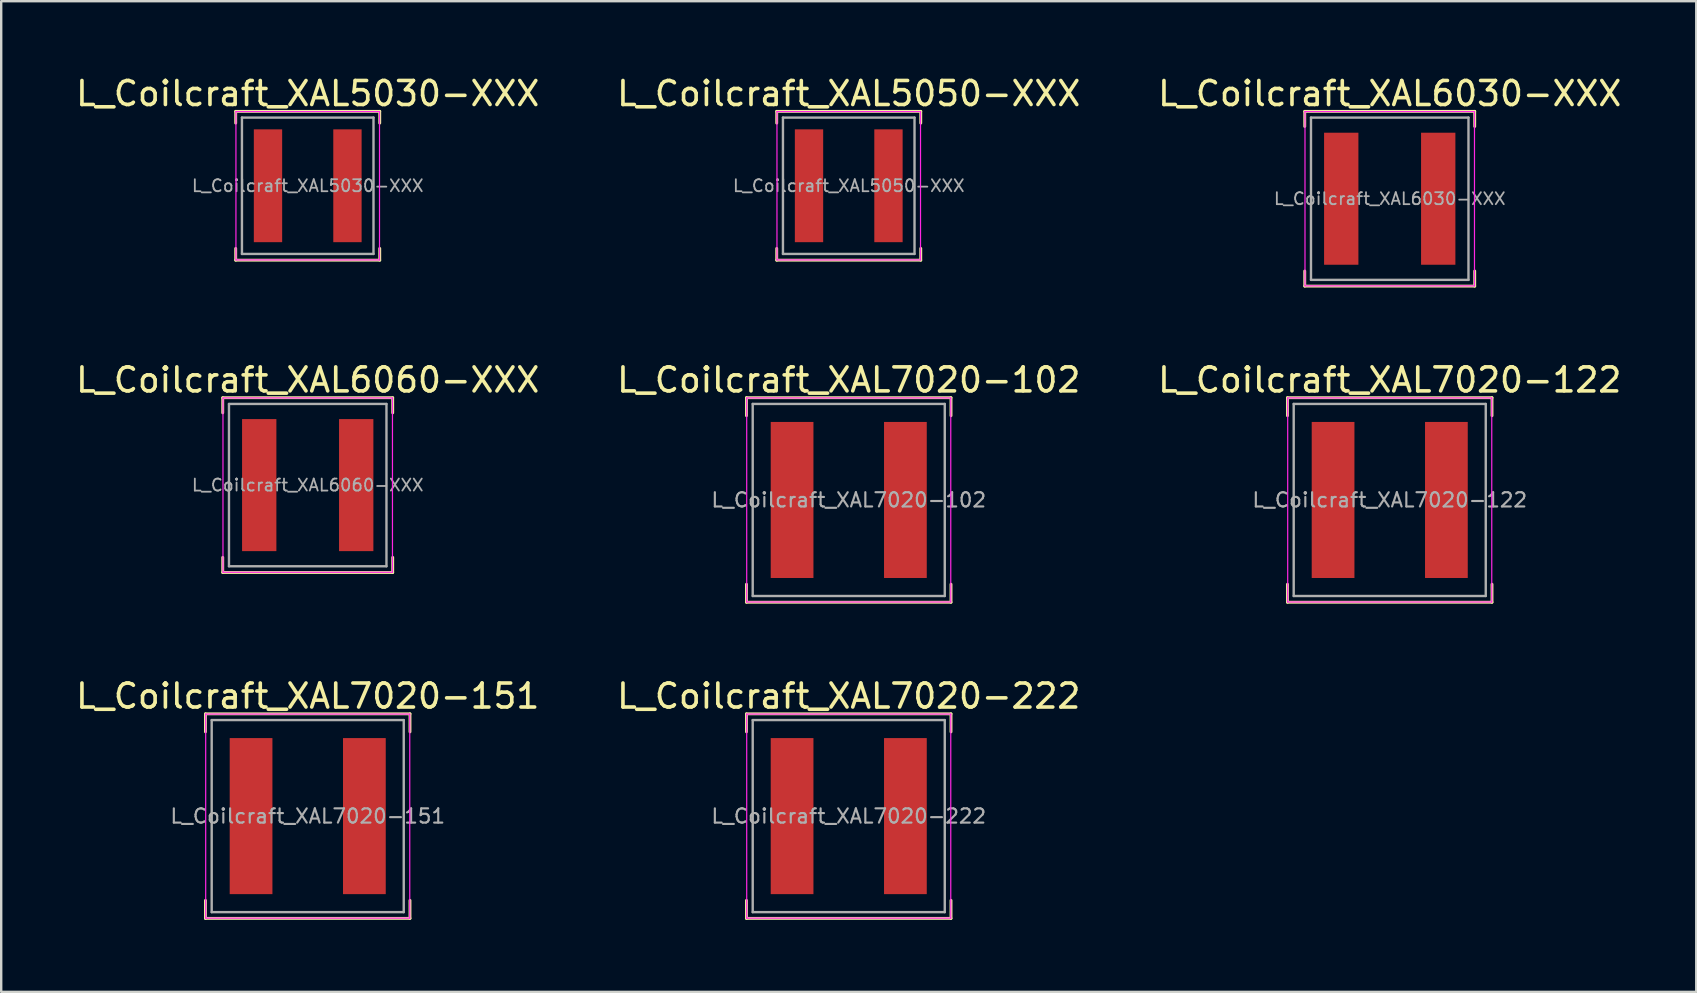
<source format=kicad_pcb>
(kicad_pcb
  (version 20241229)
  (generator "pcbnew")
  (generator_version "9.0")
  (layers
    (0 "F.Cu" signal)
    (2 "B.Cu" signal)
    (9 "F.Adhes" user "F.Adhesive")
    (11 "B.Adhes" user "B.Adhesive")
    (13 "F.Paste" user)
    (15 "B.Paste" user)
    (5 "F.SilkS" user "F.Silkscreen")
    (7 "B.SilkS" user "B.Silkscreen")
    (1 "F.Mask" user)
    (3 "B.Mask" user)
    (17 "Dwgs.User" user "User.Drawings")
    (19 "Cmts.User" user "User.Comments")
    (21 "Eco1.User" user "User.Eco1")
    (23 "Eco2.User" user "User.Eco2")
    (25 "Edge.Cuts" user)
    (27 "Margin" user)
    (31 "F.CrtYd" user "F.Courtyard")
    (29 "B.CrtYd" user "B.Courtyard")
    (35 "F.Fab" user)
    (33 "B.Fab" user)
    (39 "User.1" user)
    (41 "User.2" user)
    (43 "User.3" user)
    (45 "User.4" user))
  (footprint "L_Coilcraft_XAL7020-151"
    (layer "F.Cu")
    (at 9.768 30.945)
    (property "Reference" "L_Coilcraft_XAL7020-151" (at 0 -5 0) (layer "F.SilkS") (effects (font (size 1 1) (thickness 0.15))))
    (attr smd)
    (fp_line (start -4.26 -4.26) (end -4.26 -3.51) (stroke (width 0.12) (type solid)) (layer "F.SilkS"))
    (fp_line (start -4.26 -4.26) (end 4.26 -4.26) (stroke (width 0.12) (type solid)) (layer "F.SilkS"))
    (fp_line (start -4.26 4.26) (end -4.26 3.51) (stroke (width 0.12) (type solid)) (layer "F.SilkS"))
    (fp_line (start -4.26 4.26) (end 4.26 4.26) (stroke (width 0.12) (type solid)) (layer "F.SilkS"))
    (fp_line (start 4.26 -4.26) (end 4.26 -3.51) (stroke (width 0.12) (type solid)) (layer "F.SilkS"))
    (fp_line (start 4.26 4.26) (end 4.26 3.51) (stroke (width 0.12) (type solid)) (layer "F.SilkS"))
    (fp_line (start -4.25 -4.25) (end -4.25 4.25) (stroke (width 0.05) (type solid)) (layer "F.CrtYd"))
    (fp_line (start -4.25 4.25) (end 4.25 4.25) (stroke (width 0.05) (type solid)) (layer "F.CrtYd"))
    (fp_line (start 4.25 -4.25) (end -4.25 -4.25) (stroke (width 0.05) (type solid)) (layer "F.CrtYd"))
    (fp_line (start 4.25 4.25) (end 4.25 -4.25) (stroke (width 0.05) (type solid)) (layer "F.CrtYd"))
    (fp_line (start -4 -4) (end -4 4) (stroke (width 0.1) (type solid)) (layer "F.Fab"))
    (fp_line (start -4 4) (end 4 4) (stroke (width 0.1) (type solid)) (layer "F.Fab"))
    (fp_line (start 4 -4) (end -4 -4) (stroke (width 0.1) (type solid)) (layer "F.Fab"))
    (fp_line (start 4 4) (end 4 -4) (stroke (width 0.1) (type solid)) (layer "F.Fab"))
    (fp_text user "${REFERENCE}" (at 0 0 0) (layer "F.Fab") (effects (font (size 0.593 0.593) (thickness 0.089))))
    (pad "1" smd rect (at -2.36 0) (size 1.78 6.5) (layers "F.Cu" "F.Mask" "F.Paste"))
    (pad "2" smd rect (at 2.36 0) (size 1.78 6.5) (layers "F.Cu" "F.Mask" "F.Paste")))
  (footprint "L_Coilcraft_XAL6060-XXX"
    (layer "F.Cu")
    (at 9.768 17.157)
    (property "Reference" "L_Coilcraft_XAL6060-XXX" (at 0 -4.38 0) (layer "F.SilkS") (effects (font (size 1 1) (thickness 0.15))))
    (attr smd)
    (fp_line (start -3.54 -3.64) (end -3.54 -3.01) (stroke (width 0.12) (type solid)) (layer "F.SilkS"))
    (fp_line (start -3.54 -3.64) (end 3.54 -3.64) (stroke (width 0.12) (type solid)) (layer "F.SilkS"))
    (fp_line (start -3.54 3.64) (end -3.54 3.01) (stroke (width 0.12) (type solid)) (layer "F.SilkS"))
    (fp_line (start -3.54 3.64) (end 3.54 3.64) (stroke (width 0.12) (type solid)) (layer "F.SilkS"))
    (fp_line (start 3.54 -3.64) (end 3.54 -3.01) (stroke (width 0.12) (type solid)) (layer "F.SilkS"))
    (fp_line (start 3.54 3.64) (end 3.54 3.01) (stroke (width 0.12) (type solid)) (layer "F.SilkS"))
    (fp_line (start -3.53 -3.63) (end -3.53 3.63) (stroke (width 0.05) (type solid)) (layer "F.CrtYd"))
    (fp_line (start -3.53 3.63) (end 3.53 3.63) (stroke (width 0.05) (type solid)) (layer "F.CrtYd"))
    (fp_line (start 3.53 -3.63) (end -3.53 -3.63) (stroke (width 0.05) (type solid)) (layer "F.CrtYd"))
    (fp_line (start 3.53 3.63) (end 3.53 -3.63) (stroke (width 0.05) (type solid)) (layer "F.CrtYd"))
    (fp_line (start -3.28 -3.38) (end -3.28 3.38) (stroke (width 0.1) (type solid)) (layer "F.Fab"))
    (fp_line (start -3.28 3.38) (end 3.28 3.38) (stroke (width 0.1) (type solid)) (layer "F.Fab"))
    (fp_line (start 3.28 -3.38) (end -3.28 -3.38) (stroke (width 0.1) (type solid)) (layer "F.Fab"))
    (fp_line (start 3.28 3.38) (end 3.28 -3.38) (stroke (width 0.1) (type solid)) (layer "F.Fab"))
    (fp_text user "${REFERENCE}" (at 0 0 0) (layer "F.Fab") (effects (font (size 0.5 0.5) (thickness 0.075))))
    (pad "1" smd rect (at -2.02 0) (size 1.43 5.5) (layers "F.Cu" "F.Mask" "F.Paste"))
    (pad "2" smd rect (at 2.02 0) (size 1.43 5.5) (layers "F.Cu" "F.Mask" "F.Paste")))
  (footprint "L_Coilcraft_XAL7020-222"
    (layer "F.Cu")
    (at 32.304 30.945)
    (property "Reference" "L_Coilcraft_XAL7020-222" (at 0 -5 0) (layer "F.SilkS") (effects (font (size 1 1) (thickness 0.15))))
    (attr smd)
    (fp_line (start -4.26 -4.26) (end -4.26 -3.51) (stroke (width 0.12) (type solid)) (layer "F.SilkS"))
    (fp_line (start -4.26 -4.26) (end 4.26 -4.26) (stroke (width 0.12) (type solid)) (layer "F.SilkS"))
    (fp_line (start -4.26 4.26) (end -4.26 3.51) (stroke (width 0.12) (type solid)) (layer "F.SilkS"))
    (fp_line (start -4.26 4.26) (end 4.26 4.26) (stroke (width 0.12) (type solid)) (layer "F.SilkS"))
    (fp_line (start 4.26 -4.26) (end 4.26 -3.51) (stroke (width 0.12) (type solid)) (layer "F.SilkS"))
    (fp_line (start 4.26 4.26) (end 4.26 3.51) (stroke (width 0.12) (type solid)) (layer "F.SilkS"))
    (fp_line (start -4.25 -4.25) (end -4.25 4.25) (stroke (width 0.05) (type solid)) (layer "F.CrtYd"))
    (fp_line (start -4.25 4.25) (end 4.25 4.25) (stroke (width 0.05) (type solid)) (layer "F.CrtYd"))
    (fp_line (start 4.25 -4.25) (end -4.25 -4.25) (stroke (width 0.05) (type solid)) (layer "F.CrtYd"))
    (fp_line (start 4.25 4.25) (end 4.25 -4.25) (stroke (width 0.05) (type solid)) (layer "F.CrtYd"))
    (fp_line (start -4 -4) (end -4 4) (stroke (width 0.1) (type solid)) (layer "F.Fab"))
    (fp_line (start -4 4) (end 4 4) (stroke (width 0.1) (type solid)) (layer "F.Fab"))
    (fp_line (start 4 -4) (end -4 -4) (stroke (width 0.1) (type solid)) (layer "F.Fab"))
    (fp_line (start 4 4) (end 4 -4) (stroke (width 0.1) (type solid)) (layer "F.Fab"))
    (fp_text user "${REFERENCE}" (at 0 0 0) (layer "F.Fab") (effects (font (size 0.593 0.593) (thickness 0.089))))
    (pad "1" smd rect (at -2.36 0) (size 1.78 6.5) (layers "F.Cu" "F.Mask" "F.Paste"))
    (pad "2" smd rect (at 2.36 0) (size 1.78 6.5) (layers "F.Cu" "F.Mask" "F.Paste")))
  (footprint "L_Coilcraft_XAL7020-102"
    (layer "F.Cu")
    (at 32.304 17.776)
    (property "Reference" "L_Coilcraft_XAL7020-102" (at 0 -5 0) (layer "F.SilkS") (effects (font (size 1 1) (thickness 0.15))))
    (attr smd)
    (fp_line (start -4.26 -4.26) (end -4.26 -3.51) (stroke (width 0.12) (type solid)) (layer "F.SilkS"))
    (fp_line (start -4.26 -4.26) (end 4.26 -4.26) (stroke (width 0.12) (type solid)) (layer "F.SilkS"))
    (fp_line (start -4.26 4.26) (end -4.26 3.51) (stroke (width 0.12) (type solid)) (layer "F.SilkS"))
    (fp_line (start -4.26 4.26) (end 4.26 4.26) (stroke (width 0.12) (type solid)) (layer "F.SilkS"))
    (fp_line (start 4.26 -4.26) (end 4.26 -3.51) (stroke (width 0.12) (type solid)) (layer "F.SilkS"))
    (fp_line (start 4.26 4.26) (end 4.26 3.51) (stroke (width 0.12) (type solid)) (layer "F.SilkS"))
    (fp_line (start -4.25 -4.25) (end -4.25 4.25) (stroke (width 0.05) (type solid)) (layer "F.CrtYd"))
    (fp_line (start -4.25 4.25) (end 4.25 4.25) (stroke (width 0.05) (type solid)) (layer "F.CrtYd"))
    (fp_line (start 4.25 -4.25) (end -4.25 -4.25) (stroke (width 0.05) (type solid)) (layer "F.CrtYd"))
    (fp_line (start 4.25 4.25) (end 4.25 -4.25) (stroke (width 0.05) (type solid)) (layer "F.CrtYd"))
    (fp_line (start -4 -4) (end -4 4) (stroke (width 0.1) (type solid)) (layer "F.Fab"))
    (fp_line (start -4 4) (end 4 4) (stroke (width 0.1) (type solid)) (layer "F.Fab"))
    (fp_line (start 4 -4) (end -4 -4) (stroke (width 0.1) (type solid)) (layer "F.Fab"))
    (fp_line (start 4 4) (end 4 -4) (stroke (width 0.1) (type solid)) (layer "F.Fab"))
    (fp_text user "${REFERENCE}" (at 0 0 0) (layer "F.Fab") (effects (font (size 0.593 0.593) (thickness 0.089))))
    (pad "1" smd rect (at -2.36 0) (size 1.78 6.5) (layers "F.Cu" "F.Mask" "F.Paste"))
    (pad "2" smd rect (at 2.36 0) (size 1.78 6.5) (layers "F.Cu" "F.Mask" "F.Paste")))
  (footprint "L_Coilcraft_XAL7020-122"
    (layer "F.Cu")
    (at 54.839 17.776)
    (property "Reference" "L_Coilcraft_XAL7020-122" (at 0 -5 0) (layer "F.SilkS") (effects (font (size 1 1) (thickness 0.15))))
    (attr smd)
    (fp_line (start -4.26 -4.26) (end -4.26 -3.51) (stroke (width 0.12) (type solid)) (layer "F.SilkS"))
    (fp_line (start -4.26 -4.26) (end 4.26 -4.26) (stroke (width 0.12) (type solid)) (layer "F.SilkS"))
    (fp_line (start -4.26 4.26) (end -4.26 3.51) (stroke (width 0.12) (type solid)) (layer "F.SilkS"))
    (fp_line (start -4.26 4.26) (end 4.26 4.26) (stroke (width 0.12) (type solid)) (layer "F.SilkS"))
    (fp_line (start 4.26 -4.26) (end 4.26 -3.51) (stroke (width 0.12) (type solid)) (layer "F.SilkS"))
    (fp_line (start 4.26 4.26) (end 4.26 3.51) (stroke (width 0.12) (type solid)) (layer "F.SilkS"))
    (fp_line (start -4.25 -4.25) (end -4.25 4.25) (stroke (width 0.05) (type solid)) (layer "F.CrtYd"))
    (fp_line (start -4.25 4.25) (end 4.25 4.25) (stroke (width 0.05) (type solid)) (layer "F.CrtYd"))
    (fp_line (start 4.25 -4.25) (end -4.25 -4.25) (stroke (width 0.05) (type solid)) (layer "F.CrtYd"))
    (fp_line (start 4.25 4.25) (end 4.25 -4.25) (stroke (width 0.05) (type solid)) (layer "F.CrtYd"))
    (fp_line (start -4 -4) (end -4 4) (stroke (width 0.1) (type solid)) (layer "F.Fab"))
    (fp_line (start -4 4) (end 4 4) (stroke (width 0.1) (type solid)) (layer "F.Fab"))
    (fp_line (start 4 -4) (end -4 -4) (stroke (width 0.1) (type solid)) (layer "F.Fab"))
    (fp_line (start 4 4) (end 4 -4) (stroke (width 0.1) (type solid)) (layer "F.Fab"))
    (fp_text user "${REFERENCE}" (at 0 0 0) (layer "F.Fab") (effects (font (size 0.593 0.593) (thickness 0.089))))
    (pad "1" smd rect (at -2.36 0) (size 1.78 6.5) (layers "F.Cu" "F.Mask" "F.Paste"))
    (pad "2" smd rect (at 2.36 0) (size 1.78 6.5) (layers "F.Cu" "F.Mask" "F.Paste")))
  (footprint "L_Coilcraft_XAL5050-XXX"
    (layer "F.Cu")
    (at 32.304 4.688)
    (property "Reference" "L_Coilcraft_XAL5050-XXX" (at 0 -3.84 0) (layer "F.SilkS") (effects (font (size 1 1) (thickness 0.15))))
    (attr smd)
    (fp_line (start -3 -3.1) (end -3 -2.61) (stroke (width 0.12) (type solid)) (layer "F.SilkS"))
    (fp_line (start -3 -3.1) (end 3 -3.1) (stroke (width 0.12) (type solid)) (layer "F.SilkS"))
    (fp_line (start -3 3.1) (end -3 2.61) (stroke (width 0.12) (type solid)) (layer "F.SilkS"))
    (fp_line (start -3 3.1) (end 3 3.1) (stroke (width 0.12) (type solid)) (layer "F.SilkS"))
    (fp_line (start 3 -3.1) (end 3 -2.61) (stroke (width 0.12) (type solid)) (layer "F.SilkS"))
    (fp_line (start 3 3.1) (end 3 2.61) (stroke (width 0.12) (type solid)) (layer "F.SilkS"))
    (fp_line (start -2.99 -3.09) (end -2.99 3.09) (stroke (width 0.05) (type solid)) (layer "F.CrtYd"))
    (fp_line (start -2.99 3.09) (end 2.99 3.09) (stroke (width 0.05) (type solid)) (layer "F.CrtYd"))
    (fp_line (start 2.99 -3.09) (end -2.99 -3.09) (stroke (width 0.05) (type solid)) (layer "F.CrtYd"))
    (fp_line (start 2.99 3.09) (end 2.99 -3.09) (stroke (width 0.05) (type solid)) (layer "F.CrtYd"))
    (fp_line (start -2.74 -2.84) (end -2.74 2.84) (stroke (width 0.1) (type solid)) (layer "F.Fab"))
    (fp_line (start -2.74 2.84) (end 2.74 2.84) (stroke (width 0.1) (type solid)) (layer "F.Fab"))
    (fp_line (start 2.74 -2.84) (end -2.74 -2.84) (stroke (width 0.1) (type solid)) (layer "F.Fab"))
    (fp_line (start 2.74 2.84) (end 2.74 -2.84) (stroke (width 0.1) (type solid)) (layer "F.Fab"))
    (fp_text user "${REFERENCE}" (at 0 0 0) (layer "F.Fab") (effects (font (size 0.5 0.5) (thickness 0.075))))
    (pad "1" smd rect (at -1.655 0) (size 1.18 4.7) (layers "F.Cu" "F.Mask" "F.Paste"))
    (pad "2" smd rect (at 1.655 0) (size 1.18 4.7) (layers "F.Cu" "F.Mask" "F.Paste")))
  (footprint "L_Coilcraft_XAL6030-XXX"
    (layer "F.Cu")
    (at 54.839 5.228)
    (property "Reference" "L_Coilcraft_XAL6030-XXX" (at 0 -4.38 0) (layer "F.SilkS") (effects (font (size 1 1) (thickness 0.15))))
    (attr smd)
    (fp_line (start -3.54 -3.64) (end -3.54 -3.01) (stroke (width 0.12) (type solid)) (layer "F.SilkS"))
    (fp_line (start -3.54 -3.64) (end 3.54 -3.64) (stroke (width 0.12) (type solid)) (layer "F.SilkS"))
    (fp_line (start -3.54 3.64) (end -3.54 3.01) (stroke (width 0.12) (type solid)) (layer "F.SilkS"))
    (fp_line (start -3.54 3.64) (end 3.54 3.64) (stroke (width 0.12) (type solid)) (layer "F.SilkS"))
    (fp_line (start 3.54 -3.64) (end 3.54 -3.01) (stroke (width 0.12) (type solid)) (layer "F.SilkS"))
    (fp_line (start 3.54 3.64) (end 3.54 3.01) (stroke (width 0.12) (type solid)) (layer "F.SilkS"))
    (fp_line (start -3.53 -3.63) (end -3.53 3.63) (stroke (width 0.05) (type solid)) (layer "F.CrtYd"))
    (fp_line (start -3.53 3.63) (end 3.53 3.63) (stroke (width 0.05) (type solid)) (layer "F.CrtYd"))
    (fp_line (start 3.53 -3.63) (end -3.53 -3.63) (stroke (width 0.05) (type solid)) (layer "F.CrtYd"))
    (fp_line (start 3.53 3.63) (end 3.53 -3.63) (stroke (width 0.05) (type solid)) (layer "F.CrtYd"))
    (fp_line (start -3.28 -3.38) (end -3.28 3.38) (stroke (width 0.1) (type solid)) (layer "F.Fab"))
    (fp_line (start -3.28 3.38) (end 3.28 3.38) (stroke (width 0.1) (type solid)) (layer "F.Fab"))
    (fp_line (start 3.28 -3.38) (end -3.28 -3.38) (stroke (width 0.1) (type solid)) (layer "F.Fab"))
    (fp_line (start 3.28 3.38) (end 3.28 -3.38) (stroke (width 0.1) (type solid)) (layer "F.Fab"))
    (fp_text user "${REFERENCE}" (at 0 0 0) (layer "F.Fab") (effects (font (size 0.5 0.5) (thickness 0.075))))
    (pad "1" smd rect (at -2.02 0) (size 1.43 5.5) (layers "F.Cu" "F.Mask" "F.Paste"))
    (pad "2" smd rect (at 2.02 0) (size 1.43 5.5) (layers "F.Cu" "F.Mask" "F.Paste")))
  (footprint "L_Coilcraft_XAL5030-XXX"
    (layer "F.Cu")
    (at 9.768 4.688)
    (property "Reference" "L_Coilcraft_XAL5030-XXX" (at 0 -3.84 0) (layer "F.SilkS") (effects (font (size 1 1) (thickness 0.15))))
    (attr smd)
    (fp_line (start -3 -3.1) (end -3 -2.61) (stroke (width 0.12) (type solid)) (layer "F.SilkS"))
    (fp_line (start -3 -3.1) (end 3 -3.1) (stroke (width 0.12) (type solid)) (layer "F.SilkS"))
    (fp_line (start -3 3.1) (end -3 2.61) (stroke (width 0.12) (type solid)) (layer "F.SilkS"))
    (fp_line (start -3 3.1) (end 3 3.1) (stroke (width 0.12) (type solid)) (layer "F.SilkS"))
    (fp_line (start 3 -3.1) (end 3 -2.61) (stroke (width 0.12) (type solid)) (layer "F.SilkS"))
    (fp_line (start 3 3.1) (end 3 2.61) (stroke (width 0.12) (type solid)) (layer "F.SilkS"))
    (fp_line (start -2.99 -3.09) (end -2.99 3.09) (stroke (width 0.05) (type solid)) (layer "F.CrtYd"))
    (fp_line (start -2.99 3.09) (end 2.99 3.09) (stroke (width 0.05) (type solid)) (layer "F.CrtYd"))
    (fp_line (start 2.99 -3.09) (end -2.99 -3.09) (stroke (width 0.05) (type solid)) (layer "F.CrtYd"))
    (fp_line (start 2.99 3.09) (end 2.99 -3.09) (stroke (width 0.05) (type solid)) (layer "F.CrtYd"))
    (fp_line (start -2.74 -2.84) (end -2.74 2.84) (stroke (width 0.1) (type solid)) (layer "F.Fab"))
    (fp_line (start -2.74 2.84) (end 2.74 2.84) (stroke (width 0.1) (type solid)) (layer "F.Fab"))
    (fp_line (start 2.74 -2.84) (end -2.74 -2.84) (stroke (width 0.1) (type solid)) (layer "F.Fab"))
    (fp_line (start 2.74 2.84) (end 2.74 -2.84) (stroke (width 0.1) (type solid)) (layer "F.Fab"))
    (fp_text user "${REFERENCE}" (at 0 0 0) (layer "F.Fab") (effects (font (size 0.5 0.5) (thickness 0.075))))
    (pad "1" smd rect (at -1.655 0) (size 1.18 4.7) (layers "F.Cu" "F.Mask" "F.Paste"))
    (pad "2" smd rect (at 1.655 0) (size 1.18 4.7) (layers "F.Cu" "F.Mask" "F.Paste")))
  (gr_rect
    (start -3 -3)
    (end 67.607 38.265)
    (stroke (width 0.1) (type default))
    (fill no)
    (layer "Edge.Cuts")))
</source>
